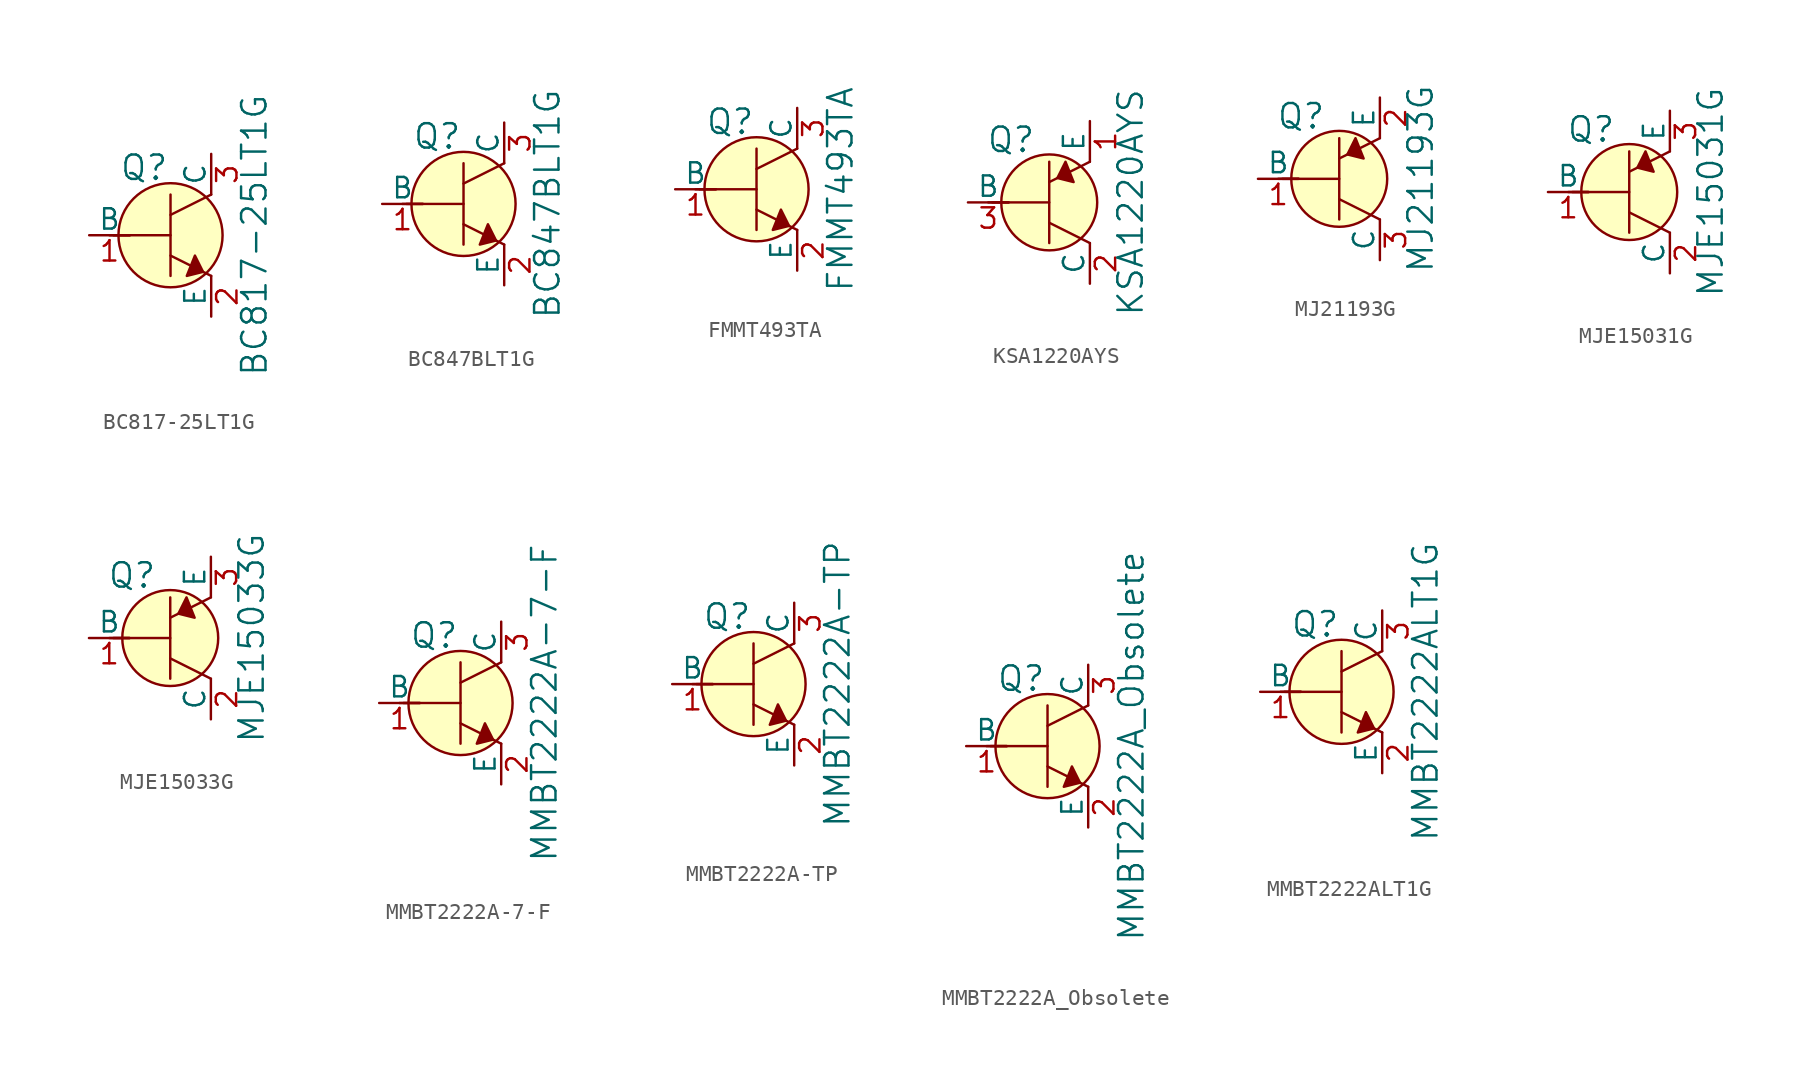
<source format=kicad_sym>
(kicad_symbol_lib
  (version 20201005)
  (generator kicad_symbol_editor)
  (symbol "BC817-25LT1G"
    (pin_names
      (offset 0))
    (property "Reference" "Q"
      (at -3.2 4.216 0)
      (effects (font (size 1.524 1.524)) (justify left)))
    (property "Value" "BC817-25LT1G"
      (at 5.232 0 90)
      (effects (font (size 1.524 1.524))))
    (symbol "BC817-25LT1G_0_1"
      (circle (center 0 0) (radius 3.251) (stroke (width 0)) (fill (type background)))
      (polyline (pts (xy -3.81 0) (xy -2.54 0)) (stroke (width 0)) (fill (type none)))
      (polyline (pts (xy -3.556 0) (xy 0 0)) (stroke (width 0)) (fill (type none)))
      (polyline (pts (xy 0 -1.27) (xy 2.54 -2.54)) (stroke (width 0)) (fill (type none)))
      (polyline (pts (xy 0 1.27) (xy 2.54 2.54)) (stroke (width 0)) (fill (type none)))
      (polyline (pts (xy 0 2.54) (xy 0 -2.54)) (stroke (width 0)) (fill (type none)))
      (polyline (pts (xy 1.524 -1.27) (xy 2.032 -2.286) (xy 1.016 -2.54) (xy 1.524 -1.27)) (stroke (width 0)) (fill (type outline))))
    (symbol "BC817-25LT1G_1_1"
      (pin input line (at -5.08 0 0) (length 2.54) (name "B" (effects (font (size 1.27 1.27)))) (number "1" (effects (font (size 1.27 1.27)))))
      (pin passive line (at 2.54 -5.08 90) (length 2.54) (name "E" (effects (font (size 1.27 1.27)))) (number "2" (effects (font (size 1.27 1.27)))))
      (pin passive line (at 2.54 5.08 270) (length 2.54) (name "C" (effects (font (size 1.27 1.27)))) (number "3" (effects (font (size 1.27 1.27)))))))
  (symbol "BC847BLT1G"
    (pin_names
      (offset 0))
    (property "Reference" "Q"
      (at -3.2 4.216 0)
      (effects (font (size 1.524 1.524)) (justify left)))
    (property "Value" "BC847BLT1G"
      (at 5.232 0 90)
      (effects (font (size 1.524 1.524))))
    (symbol "BC847BLT1G_0_1"
      (circle (center 0 0) (radius 3.251) (stroke (width 0)) (fill (type background)))
      (polyline (pts (xy -3.81 0) (xy -2.54 0)) (stroke (width 0)) (fill (type none)))
      (polyline (pts (xy -3.556 0) (xy 0 0)) (stroke (width 0)) (fill (type none)))
      (polyline (pts (xy 0 -1.27) (xy 2.54 -2.54)) (stroke (width 0)) (fill (type none)))
      (polyline (pts (xy 0 1.27) (xy 2.54 2.54)) (stroke (width 0)) (fill (type none)))
      (polyline (pts (xy 0 2.54) (xy 0 -2.54)) (stroke (width 0)) (fill (type none)))
      (polyline (pts (xy 1.524 -1.27) (xy 2.032 -2.286) (xy 1.016 -2.54) (xy 1.524 -1.27)) (stroke (width 0)) (fill (type outline))))
    (symbol "BC847BLT1G_1_1"
      (pin input line (at -5.08 0 0) (length 2.54) (name "B" (effects (font (size 1.27 1.27)))) (number "1" (effects (font (size 1.27 1.27)))))
      (pin passive line (at 2.54 -5.08 90) (length 2.54) (name "E" (effects (font (size 1.27 1.27)))) (number "2" (effects (font (size 1.27 1.27)))))
      (pin passive line (at 2.54 5.08 270) (length 2.54) (name "C" (effects (font (size 1.27 1.27)))) (number "3" (effects (font (size 1.27 1.27)))))))
  (symbol "FMMT493TA"
    (pin_names
      (offset 0))
    (property "Reference" "Q"
      (at -3.2 4.216 0)
      (effects (font (size 1.524 1.524)) (justify left)))
    (property "Value" "FMMT493TA"
      (at 5.232 0 90)
      (effects (font (size 1.524 1.524))))
    (symbol "FMMT493TA_0_1"
      (circle (center 0 0) (radius 3.251) (stroke (width 0)) (fill (type background)))
      (polyline (pts (xy -3.81 0) (xy -2.54 0)) (stroke (width 0)) (fill (type none)))
      (polyline (pts (xy -3.556 0) (xy 0 0)) (stroke (width 0)) (fill (type none)))
      (polyline (pts (xy 0 -1.27) (xy 2.54 -2.54)) (stroke (width 0)) (fill (type none)))
      (polyline (pts (xy 0 1.27) (xy 2.54 2.54)) (stroke (width 0)) (fill (type none)))
      (polyline (pts (xy 0 2.54) (xy 0 -2.54)) (stroke (width 0)) (fill (type none)))
      (polyline (pts (xy 1.524 -1.27) (xy 2.032 -2.286) (xy 1.016 -2.54) (xy 1.524 -1.27)) (stroke (width 0)) (fill (type outline))))
    (symbol "FMMT493TA_1_1"
      (pin input line (at -5.08 0 0) (length 2.54) (name "B" (effects (font (size 1.27 1.27)))) (number "1" (effects (font (size 1.27 1.27)))))
      (pin passive line (at 2.54 -5.08 90) (length 2.54) (name "E" (effects (font (size 1.27 1.27)))) (number "2" (effects (font (size 1.27 1.27)))))
      (pin passive line (at 2.54 5.08 270) (length 2.54) (name "C" (effects (font (size 1.27 1.27)))) (number "3" (effects (font (size 1.27 1.27)))))))
  (symbol "KSA1220AYS"
    (pin_names
      (offset 0))
    (property "Reference" "Q"
      (at -2.388 3.912 0)
      (effects (font (size 1.524 1.524))))
    (property "Value" "KSA1220AYS"
      (at 5.08 0 90)
      (effects (font (size 1.524 1.524))))
    (symbol "KSA1220AYS_0_1"
      (circle (center 0 0) (radius 2.997) (stroke (width 0)) (fill (type background)))
      (polyline (pts (xy -3.81 0) (xy -2.54 0)) (stroke (width 0)) (fill (type none)))
      (polyline (pts (xy -3.556 0) (xy 0 0)) (stroke (width 0)) (fill (type none)))
      (polyline (pts (xy 0 -1.27) (xy 2.54 -2.54)) (stroke (width 0)) (fill (type none)))
      (polyline (pts (xy 0 1.27) (xy 2.54 2.54)) (stroke (width 0)) (fill (type none)))
      (polyline (pts (xy 0 2.54) (xy 0 -2.54)) (stroke (width 0)) (fill (type none)))
      (polyline (pts (xy 1.016 2.54) (xy 0.508 1.524) (xy 1.524 1.27) (xy 1.016 2.54)) (stroke (width 0)) (fill (type outline))))
    (symbol "KSA1220AYS_1_1"
      (pin passive line (at 2.54 5.08 270) (length 2.54) (name "E" (effects (font (size 1.27 1.27)))) (number "1" (effects (font (size 1.27 1.27)))))
      (pin passive line (at 2.54 -5.08 90) (length 2.54) (name "C" (effects (font (size 1.27 1.27)))) (number "2" (effects (font (size 1.27 1.27)))))
      (pin input line (at -5.08 0 0) (length 2.54) (name "B" (effects (font (size 1.27 1.27)))) (number "3" (effects (font (size 1.27 1.27)))))))
  (symbol "MJ21193G"
    (pin_names
      (offset 0))
    (property "Reference" "Q"
      (at -2.388 3.912 0)
      (effects (font (size 1.524 1.524))))
    (property "Value" "MJ21193G"
      (at 5.08 0 90)
      (effects (font (size 1.524 1.524))))
    (symbol "MJ21193G_0_1"
      (circle (center 0 0) (radius 2.997) (stroke (width 0)) (fill (type background)))
      (polyline (pts (xy -3.81 0) (xy -2.54 0)) (stroke (width 0)) (fill (type none)))
      (polyline (pts (xy -3.556 0) (xy 0 0)) (stroke (width 0)) (fill (type none)))
      (polyline (pts (xy 0 -1.27) (xy 2.54 -2.54)) (stroke (width 0)) (fill (type none)))
      (polyline (pts (xy 0 1.27) (xy 2.54 2.54)) (stroke (width 0)) (fill (type none)))
      (polyline (pts (xy 0 2.54) (xy 0 -2.54)) (stroke (width 0)) (fill (type none)))
      (polyline (pts (xy 1.016 2.54) (xy 0.508 1.524) (xy 1.524 1.27) (xy 1.016 2.54)) (stroke (width 0)) (fill (type outline))))
    (symbol "MJ21193G_1_1"
      (pin input line (at -5.08 0 0) (length 2.54) (name "B" (effects (font (size 1.27 1.27)))) (number "1" (effects (font (size 1.27 1.27)))))
      (pin passive line (at 2.54 5.08 270) (length 2.54) (name "E" (effects (font (size 1.27 1.27)))) (number "2" (effects (font (size 1.27 1.27)))))
      (pin passive line (at 2.54 -5.08 90) (length 2.54) (name "C" (effects (font (size 1.27 1.27)))) (number "3" (effects (font (size 1.27 1.27)))))))
  (symbol "MJE15031G"
    (pin_names
      (offset 0))
    (property "Reference" "Q"
      (at -2.388 3.912 0)
      (effects (font (size 1.524 1.524))))
    (property "Value" "MJE15031G"
      (at 5.08 0 90)
      (effects (font (size 1.524 1.524))))
    (symbol "MJE15031G_0_1"
      (circle (center 0 0) (radius 2.997) (stroke (width 0)) (fill (type background)))
      (polyline (pts (xy -3.81 0) (xy -2.54 0)) (stroke (width 0)) (fill (type none)))
      (polyline (pts (xy -3.556 0) (xy 0 0)) (stroke (width 0)) (fill (type none)))
      (polyline (pts (xy 0 -1.27) (xy 2.54 -2.54)) (stroke (width 0)) (fill (type none)))
      (polyline (pts (xy 0 1.27) (xy 2.54 2.54)) (stroke (width 0)) (fill (type none)))
      (polyline (pts (xy 0 2.54) (xy 0 -2.54)) (stroke (width 0)) (fill (type none)))
      (polyline (pts (xy 1.016 2.54) (xy 0.508 1.524) (xy 1.524 1.27) (xy 1.016 2.54)) (stroke (width 0)) (fill (type outline))))
    (symbol "MJE15031G_1_1"
      (pin input line (at -5.08 0 0) (length 2.54) (name "B" (effects (font (size 1.27 1.27)))) (number "1" (effects (font (size 1.27 1.27)))))
      (pin passive line (at 2.54 -5.08 90) (length 2.54) (name "C" (effects (font (size 1.27 1.27)))) (number "2" (effects (font (size 1.27 1.27)))))
      (pin passive line (at 2.54 5.08 270) (length 2.54) (name "E" (effects (font (size 1.27 1.27)))) (number "3" (effects (font (size 1.27 1.27)))))))
  (symbol "MJE15033G"
    (pin_names
      (offset 0))
    (property "Reference" "Q"
      (at -2.388 3.912 0)
      (effects (font (size 1.524 1.524))))
    (property "Value" "MJE15033G"
      (at 5.08 0 90)
      (effects (font (size 1.524 1.524))))
    (symbol "MJE15033G_0_1"
      (circle (center 0 0) (radius 2.997) (stroke (width 0)) (fill (type background)))
      (polyline (pts (xy -3.81 0) (xy -2.54 0)) (stroke (width 0)) (fill (type none)))
      (polyline (pts (xy -3.556 0) (xy 0 0)) (stroke (width 0)) (fill (type none)))
      (polyline (pts (xy 0 -1.27) (xy 2.54 -2.54)) (stroke (width 0)) (fill (type none)))
      (polyline (pts (xy 0 1.27) (xy 2.54 2.54)) (stroke (width 0)) (fill (type none)))
      (polyline (pts (xy 0 2.54) (xy 0 -2.54)) (stroke (width 0)) (fill (type none)))
      (polyline (pts (xy 1.016 2.54) (xy 0.508 1.524) (xy 1.524 1.27) (xy 1.016 2.54)) (stroke (width 0)) (fill (type outline))))
    (symbol "MJE15033G_1_1"
      (pin input line (at -5.08 0 0) (length 2.54) (name "B" (effects (font (size 1.27 1.27)))) (number "1" (effects (font (size 1.27 1.27)))))
      (pin passive line (at 2.54 -5.08 90) (length 2.54) (name "C" (effects (font (size 1.27 1.27)))) (number "2" (effects (font (size 1.27 1.27)))))
      (pin passive line (at 2.54 5.08 270) (length 2.54) (name "E" (effects (font (size 1.27 1.27)))) (number "3" (effects (font (size 1.27 1.27)))))))
  (symbol "MMBT2222A-7-F"
    (pin_names
      (offset 0))
    (property "Reference" "Q"
      (at -3.2 4.216 0)
      (effects (font (size 1.524 1.524)) (justify left)))
    (property "Value" "MMBT2222A-7-F"
      (at 5.232 0 90)
      (effects (font (size 1.524 1.524))))
    (symbol "MMBT2222A-7-F_0_1"
      (circle (center 0 0) (radius 3.251) (stroke (width 0)) (fill (type background)))
      (polyline (pts (xy -3.81 0) (xy -2.54 0)) (stroke (width 0)) (fill (type none)))
      (polyline (pts (xy -3.556 0) (xy 0 0)) (stroke (width 0)) (fill (type none)))
      (polyline (pts (xy 0 -1.27) (xy 2.54 -2.54)) (stroke (width 0)) (fill (type none)))
      (polyline (pts (xy 0 1.27) (xy 2.54 2.54)) (stroke (width 0)) (fill (type none)))
      (polyline (pts (xy 0 2.54) (xy 0 -2.54)) (stroke (width 0)) (fill (type none)))
      (polyline (pts (xy 1.524 -1.27) (xy 2.032 -2.286) (xy 1.016 -2.54) (xy 1.524 -1.27)) (stroke (width 0)) (fill (type outline))))
    (symbol "MMBT2222A-7-F_1_1"
      (pin input line (at -5.08 0 0) (length 2.54) (name "B" (effects (font (size 1.27 1.27)))) (number "1" (effects (font (size 1.27 1.27)))))
      (pin passive line (at 2.54 -5.08 90) (length 2.54) (name "E" (effects (font (size 1.27 1.27)))) (number "2" (effects (font (size 1.27 1.27)))))
      (pin passive line (at 2.54 5.08 270) (length 2.54) (name "C" (effects (font (size 1.27 1.27)))) (number "3" (effects (font (size 1.27 1.27)))))))
  (symbol "MMBT2222A-TP"
    (pin_names
      (offset 0))
    (property "Reference" "Q"
      (at -3.2 4.216 0)
      (effects (font (size 1.524 1.524)) (justify left)))
    (property "Value" "MMBT2222A-TP"
      (at 5.232 0 90)
      (effects (font (size 1.524 1.524))))
    (symbol "MMBT2222A-TP_0_1"
      (circle (center 0 0) (radius 3.251) (stroke (width 0)) (fill (type background)))
      (polyline (pts (xy -3.81 0) (xy -2.54 0)) (stroke (width 0)) (fill (type none)))
      (polyline (pts (xy -3.556 0) (xy 0 0)) (stroke (width 0)) (fill (type none)))
      (polyline (pts (xy 0 -1.27) (xy 2.54 -2.54)) (stroke (width 0)) (fill (type none)))
      (polyline (pts (xy 0 1.27) (xy 2.54 2.54)) (stroke (width 0)) (fill (type none)))
      (polyline (pts (xy 0 2.54) (xy 0 -2.54)) (stroke (width 0)) (fill (type none)))
      (polyline (pts (xy 1.524 -1.27) (xy 2.032 -2.286) (xy 1.016 -2.54) (xy 1.524 -1.27)) (stroke (width 0)) (fill (type outline))))
    (symbol "MMBT2222A-TP_1_1"
      (pin input line (at -5.08 0 0) (length 2.54) (name "B" (effects (font (size 1.27 1.27)))) (number "1" (effects (font (size 1.27 1.27)))))
      (pin passive line (at 2.54 -5.08 90) (length 2.54) (name "E" (effects (font (size 1.27 1.27)))) (number "2" (effects (font (size 1.27 1.27)))))
      (pin passive line (at 2.54 5.08 270) (length 2.54) (name "C" (effects (font (size 1.27 1.27)))) (number "3" (effects (font (size 1.27 1.27)))))))
  (symbol "MMBT2222A_Obsolete"
    (pin_names
      (offset 0))
    (property "Reference" "Q"
      (at -3.2 4.216 0)
      (effects (font (size 1.524 1.524)) (justify left)))
    (property "Value" "MMBT2222A_Obsolete"
      (at 5.232 0 90)
      (effects (font (size 1.524 1.524))))
    (symbol "MMBT2222A_Obsolete_0_1"
      (circle (center 0 0) (radius 3.251) (stroke (width 0)) (fill (type background)))
      (polyline (pts (xy -3.81 0) (xy -2.54 0)) (stroke (width 0)) (fill (type none)))
      (polyline (pts (xy -3.556 0) (xy 0 0)) (stroke (width 0)) (fill (type none)))
      (polyline (pts (xy 0 -1.27) (xy 2.54 -2.54)) (stroke (width 0)) (fill (type none)))
      (polyline (pts (xy 0 1.27) (xy 2.54 2.54)) (stroke (width 0)) (fill (type none)))
      (polyline (pts (xy 0 2.54) (xy 0 -2.54)) (stroke (width 0)) (fill (type none)))
      (polyline (pts (xy 1.524 -1.27) (xy 2.032 -2.286) (xy 1.016 -2.54) (xy 1.524 -1.27)) (stroke (width 0)) (fill (type outline))))
    (symbol "MMBT2222A_Obsolete_1_1"
      (pin input line (at -5.08 0 0) (length 2.54) (name "B" (effects (font (size 1.27 1.27)))) (number "1" (effects (font (size 1.27 1.27)))))
      (pin passive line (at 2.54 -5.08 90) (length 2.54) (name "E" (effects (font (size 1.27 1.27)))) (number "2" (effects (font (size 1.27 1.27)))))
      (pin passive line (at 2.54 5.08 270) (length 2.54) (name "C" (effects (font (size 1.27 1.27)))) (number "3" (effects (font (size 1.27 1.27)))))))
  (symbol "MMBT2222ALT1G"
    (pin_names
      (offset 0))
    (property "Reference" "Q"
      (at -3.2 4.216 0)
      (effects (font (size 1.524 1.524)) (justify left)))
    (property "Value" "MMBT2222ALT1G"
      (at 5.232 0 90)
      (effects (font (size 1.524 1.524))))
    (symbol "MMBT2222ALT1G_0_1"
      (circle (center 0 0) (radius 3.251) (stroke (width 0)) (fill (type background)))
      (polyline (pts (xy -3.81 0) (xy -2.54 0)) (stroke (width 0)) (fill (type none)))
      (polyline (pts (xy -3.556 0) (xy 0 0)) (stroke (width 0)) (fill (type none)))
      (polyline (pts (xy 0 -1.27) (xy 2.54 -2.54)) (stroke (width 0)) (fill (type none)))
      (polyline (pts (xy 0 1.27) (xy 2.54 2.54)) (stroke (width 0)) (fill (type none)))
      (polyline (pts (xy 0 2.54) (xy 0 -2.54)) (stroke (width 0)) (fill (type none)))
      (polyline (pts (xy 1.524 -1.27) (xy 2.032 -2.286) (xy 1.016 -2.54) (xy 1.524 -1.27)) (stroke (width 0)) (fill (type outline))))
    (symbol "MMBT2222ALT1G_1_1"
      (pin input line (at -5.08 0 0) (length 2.54) (name "B" (effects (font (size 1.27 1.27)))) (number "1" (effects (font (size 1.27 1.27)))))
      (pin passive line (at 2.54 -5.08 90) (length 2.54) (name "E" (effects (font (size 1.27 1.27)))) (number "2" (effects (font (size 1.27 1.27)))))
      (pin passive line (at 2.54 5.08 270) (length 2.54) (name "C" (effects (font (size 1.27 1.27)))) (number "3" (effects (font (size 1.27 1.27))))))))
</source>
